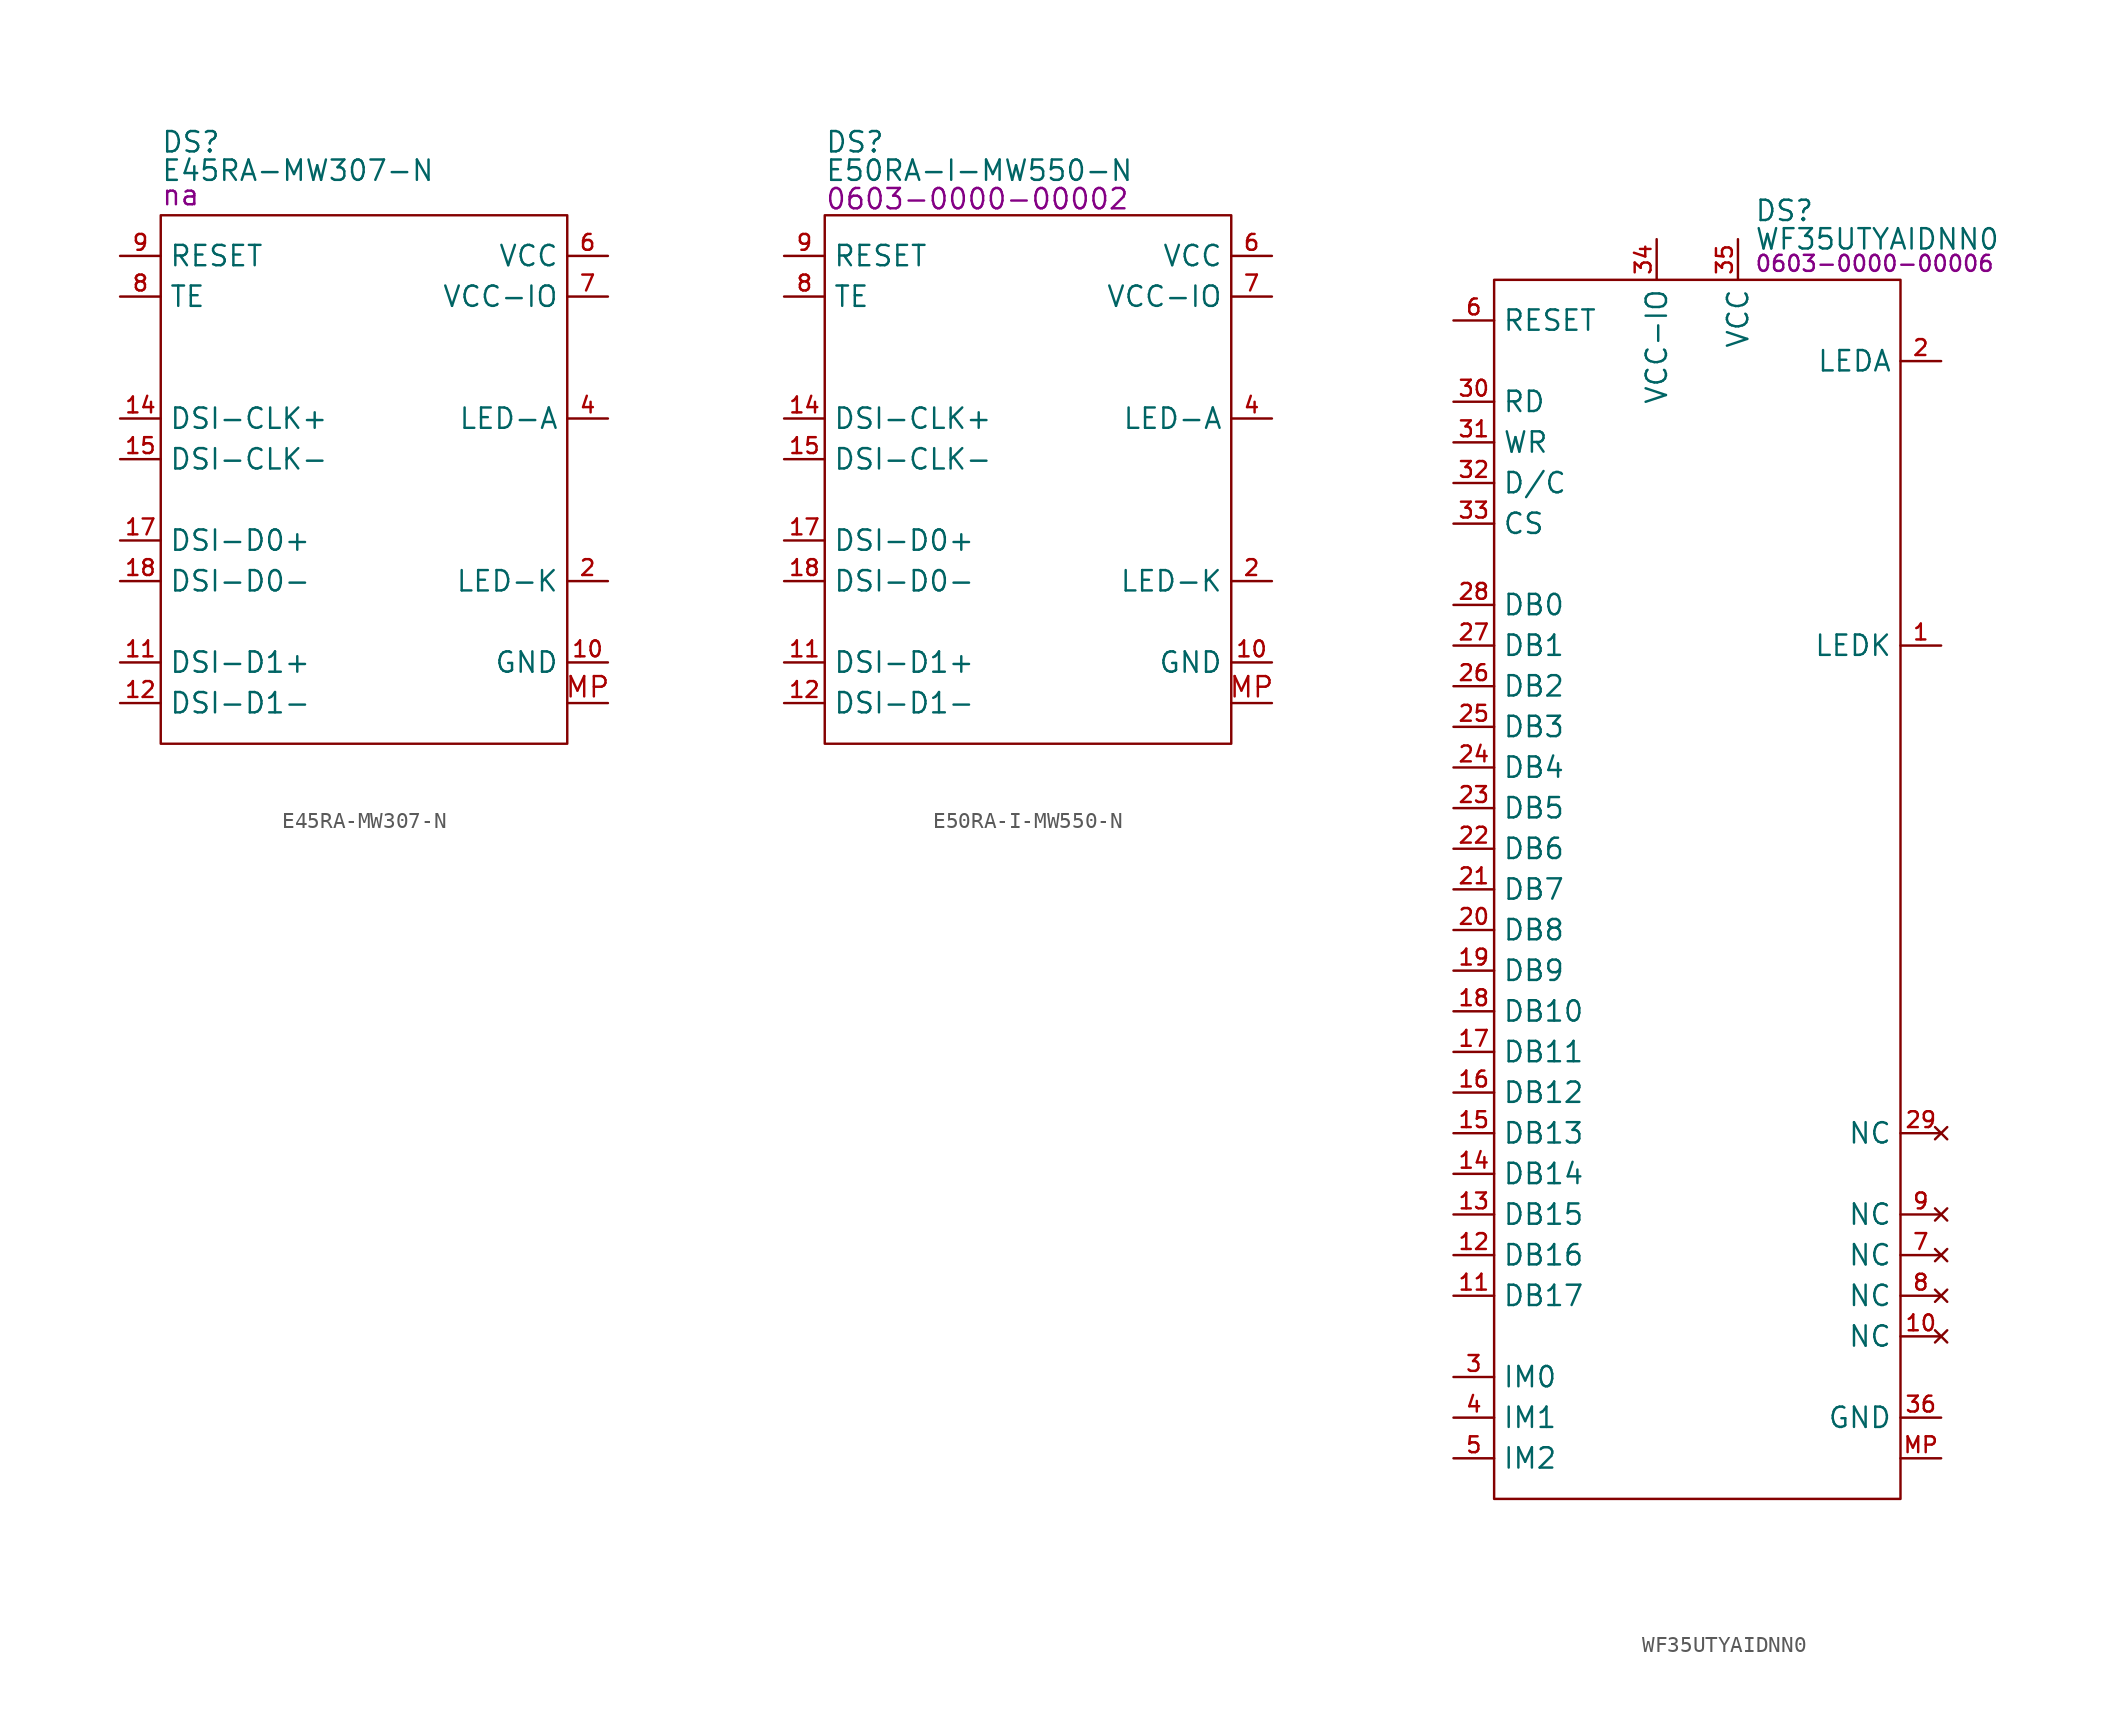
<source format=kicad_sym>
(kicad_symbol_lib
  (version 20231120)
  (generator "kicad_symbol_editor")
  (generator_version "8.0")
  (symbol "E45RA-MW307-N"
    (property "Reference" "DS"
      (at 0 4.572 0)
      (effects (font (size 1.27 1.27)) (justify left)))
    (property "Value" "E45RA-MW307-N"
      (at 0 2.794 0)
      (effects (font (size 1.27 1.27)) (justify left)))
    (property "PartNumber" "na"
      (at 0 1.27 0)
      (effects (font (size 1.27 1.27)) (justify left)))
    (symbol "E45RA-MW307-N_0_0"
      (rectangle (start 0 0) (end 25.4 -33.02) (stroke (width 0) (type default)) (fill (type none)))
      (pin no_connect line (at 12.7 -7.62 0) (length 2.54) hide (name "NC" (effects (font (size 1.27 1.27)))) (number "1" (effects (font (size 0.991 0.991)))))
      (pin power_in line (at 27.94 -27.94 180) (length 2.54) (name "GND" (effects (font (size 1.27 1.27)))) (number "10" (effects (font (size 0.991 0.991)))))
      (pin bidirectional line (at -2.54 -27.94 0) (length 2.54) (name "DSI-D1+" (effects (font (size 1.27 1.27)))) (number "11" (effects (font (size 0.991 0.991)))))
      (pin bidirectional line (at -2.54 -30.48 0) (length 2.54) (name "DSI-D1-" (effects (font (size 1.27 1.27)))) (number "12" (effects (font (size 0.991 0.991)))))
      (pin power_in line (at 27.94 -27.94 180) (length 2.54) hide (name "GND" (effects (font (size 1.27 1.27)))) (number "13" (effects (font (size 0.991 0.991)))))
      (pin input line (at -2.54 -12.7 0) (length 2.54) (name "DSI-CLK+" (effects (font (size 1.27 1.27)))) (number "14" (effects (font (size 0.991 0.991)))))
      (pin input line (at -2.54 -15.24 0) (length 2.54) (name "DSI-CLK-" (effects (font (size 1.27 1.27)))) (number "15" (effects (font (size 0.991 0.991)))))
      (pin power_in line (at 27.94 -27.94 180) (length 2.54) hide (name "GND" (effects (font (size 1.27 1.27)))) (number "16" (effects (font (size 0.991 0.991)))))
      (pin bidirectional line (at -2.54 -20.32 0) (length 2.54) (name "DSI-D0+" (effects (font (size 1.27 1.27)))) (number "17" (effects (font (size 0.991 0.991)))))
      (pin bidirectional line (at -2.54 -22.86 0) (length 2.54) (name "DSI-D0-" (effects (font (size 1.27 1.27)))) (number "18" (effects (font (size 0.991 0.991)))))
      (pin power_in line (at 27.94 -27.94 180) (length 2.54) hide (name "GND" (effects (font (size 1.27 1.27)))) (number "19" (effects (font (size 0.991 0.991)))))
      (pin passive line (at 27.94 -22.86 180) (length 2.54) (name "LED-K" (effects (font (size 1.27 1.27)))) (number "2" (effects (font (size 0.991 0.991)))))
      (pin power_in line (at 27.94 -27.94 180) (length 2.54) hide (name "GND" (effects (font (size 1.27 1.27)))) (number "20" (effects (font (size 0.991 0.991)))))
      (pin no_connect line (at 12.7 -7.62 0) (length 2.54) hide (name "NC" (effects (font (size 1.27 1.27)))) (number "3" (effects (font (size 0.991 0.991)))))
      (pin passive line (at 27.94 -12.7 180) (length 2.54) (name "LED-A" (effects (font (size 1.27 1.27)))) (number "4" (effects (font (size 0.991 0.991)))))
      (pin no_connect line (at 12.7 -7.62 0) (length 2.54) hide (name "NC" (effects (font (size 1.27 1.27)))) (number "5" (effects (font (size 0.991 0.991)))))
      (pin power_in line (at 27.94 -2.54 180) (length 2.54) (name "VCC" (effects (font (size 1.27 1.27)))) (number "6" (effects (font (size 0.991 0.991)))))
      (pin power_in line (at 27.94 -5.08 180) (length 2.54) (name "VCC-IO" (effects (font (size 1.27 1.27)))) (number "7" (effects (font (size 0.991 0.991)))))
      (pin output line (at -2.54 -5.08 0) (length 2.54) (name "TE" (effects (font (size 1.27 1.27)))) (number "8" (effects (font (size 0.991 0.991)))))
      (pin input line (at -2.54 -2.54 0) (length 2.54) (name "RESET" (effects (font (size 1.27 1.27)))) (number "9" (effects (font (size 0.991 0.991))))))
    (symbol "E45RA-MW307-N_1_1"
      (pin passive line (at 27.94 -30.48 180) (length 2.54) (name "~" (effects (font (size 1.27 1.27)))) (number "MP" (effects (font (size 1.27 1.27)))))))
  (symbol "E50RA-I-MW550-N"
    (property "Reference" "DS"
      (at 0 4.572 0)
      (effects (font (size 1.27 1.27)) (justify left)))
    (property "Value" "E50RA-I-MW550-N"
      (at 0 2.794 0)
      (effects (font (size 1.27 1.27)) (justify left)))
    (property "PartNumber" "0603-0000-00002"
      (at 0 1.016 0)
      (effects (font (size 1.27 1.27)) (justify left)))
    (symbol "E50RA-I-MW550-N_0_0"
      (rectangle (start 0 0) (end 25.4 -33.02) (stroke (width 0) (type default)) (fill (type none)))
      (pin no_connect line (at 12.7 -7.62 0) (length 2.54) hide (name "NC" (effects (font (size 1.27 1.27)))) (number "1" (effects (font (size 0.991 0.991)))))
      (pin power_in line (at 27.94 -27.94 180) (length 2.54) (name "GND" (effects (font (size 1.27 1.27)))) (number "10" (effects (font (size 0.991 0.991)))))
      (pin bidirectional line (at -2.54 -27.94 0) (length 2.54) (name "DSI-D1+" (effects (font (size 1.27 1.27)))) (number "11" (effects (font (size 0.991 0.991)))))
      (pin bidirectional line (at -2.54 -30.48 0) (length 2.54) (name "DSI-D1-" (effects (font (size 1.27 1.27)))) (number "12" (effects (font (size 0.991 0.991)))))
      (pin power_in line (at 27.94 -27.94 180) (length 2.54) hide (name "GND" (effects (font (size 1.27 1.27)))) (number "13" (effects (font (size 0.991 0.991)))))
      (pin input line (at -2.54 -12.7 0) (length 2.54) (name "DSI-CLK+" (effects (font (size 1.27 1.27)))) (number "14" (effects (font (size 0.991 0.991)))))
      (pin input line (at -2.54 -15.24 0) (length 2.54) (name "DSI-CLK-" (effects (font (size 1.27 1.27)))) (number "15" (effects (font (size 0.991 0.991)))))
      (pin power_in line (at 27.94 -27.94 180) (length 2.54) hide (name "GND" (effects (font (size 1.27 1.27)))) (number "16" (effects (font (size 0.991 0.991)))))
      (pin bidirectional line (at -2.54 -20.32 0) (length 2.54) (name "DSI-D0+" (effects (font (size 1.27 1.27)))) (number "17" (effects (font (size 0.991 0.991)))))
      (pin bidirectional line (at -2.54 -22.86 0) (length 2.54) (name "DSI-D0-" (effects (font (size 1.27 1.27)))) (number "18" (effects (font (size 0.991 0.991)))))
      (pin power_in line (at 27.94 -27.94 180) (length 2.54) hide (name "GND" (effects (font (size 1.27 1.27)))) (number "19" (effects (font (size 0.991 0.991)))))
      (pin passive line (at 27.94 -22.86 180) (length 2.54) (name "LED-K" (effects (font (size 1.27 1.27)))) (number "2" (effects (font (size 0.991 0.991)))))
      (pin power_in line (at 27.94 -27.94 180) (length 2.54) hide (name "GND" (effects (font (size 1.27 1.27)))) (number "20" (effects (font (size 0.991 0.991)))))
      (pin no_connect line (at 12.7 -7.62 0) (length 2.54) hide (name "NC" (effects (font (size 1.27 1.27)))) (number "3" (effects (font (size 0.991 0.991)))))
      (pin passive line (at 27.94 -12.7 180) (length 2.54) (name "LED-A" (effects (font (size 1.27 1.27)))) (number "4" (effects (font (size 0.991 0.991)))))
      (pin no_connect line (at 12.7 -7.62 0) (length 2.54) hide (name "NC" (effects (font (size 1.27 1.27)))) (number "5" (effects (font (size 0.991 0.991)))))
      (pin power_in line (at 27.94 -2.54 180) (length 2.54) (name "VCC" (effects (font (size 1.27 1.27)))) (number "6" (effects (font (size 0.991 0.991)))))
      (pin power_in line (at 27.94 -5.08 180) (length 2.54) (name "VCC-IO" (effects (font (size 1.27 1.27)))) (number "7" (effects (font (size 0.991 0.991)))))
      (pin output line (at -2.54 -5.08 0) (length 2.54) (name "TE" (effects (font (size 1.27 1.27)))) (number "8" (effects (font (size 0.991 0.991)))))
      (pin input line (at -2.54 -2.54 0) (length 2.54) (name "RESET" (effects (font (size 1.27 1.27)))) (number "9" (effects (font (size 0.991 0.991))))))
    (symbol "E50RA-I-MW550-N_1_1"
      (pin passive line (at 27.94 -30.48 180) (length 2.54) (name "~" (effects (font (size 1.27 1.27)))) (number "MP" (effects (font (size 1.27 1.27)))))))
  (symbol "WF35UTYAIDNN0"
    (property "Reference" "DS"
      (at 16.256 4.318 0)
      (effects (font (size 1.27 1.27)) (justify left)))
    (property "Value" "WF35UTYAIDNN0"
      (at 16.256 2.54 0)
      (effects (font (size 1.27 1.27)) (justify left)))
    (property "PartNumber" "0603-0000-00006"
      (at 16.256 1.016 0)
      (effects (font (size 1 1)) (justify left)))
    (symbol "WF35UTYAIDNN0_0_0"
      (pin passive line (at 27.94 -22.86 180) (length 2.54) (name "LEDK" (effects (font (size 1.27 1.27)))) (number "1" (effects (font (size 0.991 0.991)))))
      (pin input line (at -2.54 -63.5 0) (length 2.54) (name "DB17" (effects (font (size 1.27 1.27)))) (number "11" (effects (font (size 0.991 0.991)))))
      (pin input line (at -2.54 -60.96 0) (length 2.54) (name "DB16" (effects (font (size 1.27 1.27)))) (number "12" (effects (font (size 0.991 0.991)))))
      (pin input line (at -2.54 -58.42 0) (length 2.54) (name "DB15" (effects (font (size 1.27 1.27)))) (number "13" (effects (font (size 0.991 0.991)))))
      (pin input line (at -2.54 -55.88 0) (length 2.54) (name "DB14" (effects (font (size 1.27 1.27)))) (number "14" (effects (font (size 0.991 0.991)))))
      (pin input line (at -2.54 -53.34 0) (length 2.54) (name "DB13" (effects (font (size 1.27 1.27)))) (number "15" (effects (font (size 0.991 0.991)))))
      (pin input line (at -2.54 -50.8 0) (length 2.54) (name "DB12" (effects (font (size 1.27 1.27)))) (number "16" (effects (font (size 0.991 0.991)))))
      (pin input line (at -2.54 -48.26 0) (length 2.54) (name "DB11" (effects (font (size 1.27 1.27)))) (number "17" (effects (font (size 0.991 0.991)))))
      (pin input line (at -2.54 -45.72 0) (length 2.54) (name "DB10" (effects (font (size 1.27 1.27)))) (number "18" (effects (font (size 0.991 0.991)))))
      (pin input line (at -2.54 -43.18 0) (length 2.54) (name "DB9" (effects (font (size 1.27 1.27)))) (number "19" (effects (font (size 0.991 0.991)))))
      (pin passive line (at 27.94 -5.08 180) (length 2.54) (name "LEDA" (effects (font (size 1.27 1.27)))) (number "2" (effects (font (size 0.991 0.991)))))
      (pin input line (at -2.54 -40.64 0) (length 2.54) (name "DB8" (effects (font (size 1.27 1.27)))) (number "20" (effects (font (size 0.991 0.991)))))
      (pin input line (at -2.54 -38.1 0) (length 2.54) (name "DB7" (effects (font (size 1.27 1.27)))) (number "21" (effects (font (size 0.991 0.991)))))
      (pin input line (at -2.54 -35.56 0) (length 2.54) (name "DB6" (effects (font (size 1.27 1.27)))) (number "22" (effects (font (size 0.991 0.991)))))
      (pin input line (at -2.54 -33.02 0) (length 2.54) (name "DB5" (effects (font (size 1.27 1.27)))) (number "23" (effects (font (size 0.991 0.991)))))
      (pin input line (at -2.54 -30.48 0) (length 2.54) (name "DB4" (effects (font (size 1.27 1.27)))) (number "24" (effects (font (size 0.991 0.991)))))
      (pin input line (at -2.54 -27.94 0) (length 2.54) (name "DB3" (effects (font (size 1.27 1.27)))) (number "25" (effects (font (size 0.991 0.991)))))
      (pin input line (at -2.54 -25.4 0) (length 2.54) (name "DB2" (effects (font (size 1.27 1.27)))) (number "26" (effects (font (size 0.991 0.991)))))
      (pin input line (at -2.54 -22.86 0) (length 2.54) (name "DB1" (effects (font (size 1.27 1.27)))) (number "27" (effects (font (size 0.991 0.991)))))
      (pin input line (at -2.54 -20.32 0) (length 2.54) (name "DB0" (effects (font (size 1.27 1.27)))) (number "28" (effects (font (size 0.991 0.991)))))
      (pin input line (at -2.54 -68.58 0) (length 2.54) (name "IM0" (effects (font (size 1.27 1.27)))) (number "3" (effects (font (size 0.991 0.991)))))
      (pin input line (at -2.54 -7.62 0) (length 2.54) (name "RD" (effects (font (size 1.27 1.27)))) (number "30" (effects (font (size 0.991 0.991)))))
      (pin input line (at -2.54 -12.7 0) (length 2.54) (name "D/C" (effects (font (size 1.27 1.27)))) (number "32" (effects (font (size 0.991 0.991)))))
      (pin input line (at -2.54 -15.24 0) (length 2.54) (name "CS" (effects (font (size 1.27 1.27)))) (number "33" (effects (font (size 0.991 0.991)))))
      (pin power_in line (at 10.16 2.54 270) (length 2.54) (name "VCC-IO" (effects (font (size 1.27 1.27)))) (number "34" (effects (font (size 0.991 0.991)))))
      (pin power_in line (at 15.24 2.54 270) (length 2.54) (name "VCC" (effects (font (size 1.27 1.27)))) (number "35" (effects (font (size 0.991 0.991)))))
      (pin power_in line (at 27.94 -71.12 180) (length 2.54) (name "GND" (effects (font (size 1.27 1.27)))) (number "36" (effects (font (size 0.991 0.991)))))
      (pin no_connect line (at 15.24 -55.88 180) (length 2.54) hide (name "NC" (effects (font (size 1.27 1.27)))) (number "37" (effects (font (size 0.991 0.991)))))
      (pin no_connect line (at 15.24 -58.42 180) (length 2.54) hide (name "NC" (effects (font (size 1.27 1.27)))) (number "38" (effects (font (size 0.991 0.991)))))
      (pin no_connect line (at 15.24 -60.96 180) (length 2.54) hide (name "NC" (effects (font (size 1.27 1.27)))) (number "39" (effects (font (size 0.991 0.991)))))
      (pin input line (at -2.54 -71.12 0) (length 2.54) (name "IM1" (effects (font (size 1.27 1.27)))) (number "4" (effects (font (size 0.991 0.991)))))
      (pin no_connect line (at 15.24 -63.5 180) (length 2.54) hide (name "NC" (effects (font (size 1.27 1.27)))) (number "40" (effects (font (size 0.991 0.991)))))
      (pin input line (at -2.54 -73.66 0) (length 2.54) (name "IM2" (effects (font (size 1.27 1.27)))) (number "5" (effects (font (size 0.991 0.991)))))
      (pin input line (at -2.54 -2.54 0) (length 2.54) (name "RESET" (effects (font (size 1.27 1.27)))) (number "6" (effects (font (size 0.991 0.991)))))
      (pin passive line (at 27.94 -73.66 180) (length 2.54) (name "~" (effects (font (size 1.27 1.27)))) (number "MP" (effects (font (size 0.991 0.991))))))
    (symbol "WF35UTYAIDNN0_0_1"
      (rectangle (start 0 0) (end 25.4 -76.2) (stroke (width 0) (type default)) (fill (type none))))
    (symbol "WF35UTYAIDNN0_1_0"
      (pin no_connect line (at 27.94 -66.04 180) (length 2.54) (name "NC" (effects (font (size 1.27 1.27)))) (number "10" (effects (font (size 0.991 0.991)))) (alternate "DE" input line))
      (pin no_connect line (at 27.94 -53.34 180) (length 2.54) (name "NC" (effects (font (size 1.27 1.27)))) (number "29" (effects (font (size 0.991 0.991)))) (alternate "SDA" bidirectional line))
      (pin input line (at -2.54 -10.16 0) (length 2.54) (name "WR" (effects (font (size 1.27 1.27)))) (number "31" (effects (font (size 0.991 0.991)))) (alternate "SCL" input line))
      (pin no_connect line (at 27.94 -60.96 180) (length 2.54) (name "NC" (effects (font (size 1.27 1.27)))) (number "7" (effects (font (size 0.991 0.991)))) (alternate "VSYNC" input line))
      (pin no_connect line (at 27.94 -63.5 180) (length 2.54) (name "NC" (effects (font (size 1.27 1.27)))) (number "8" (effects (font (size 0.991 0.991)))) (alternate "HSYNC" input line))
      (pin no_connect line (at 27.94 -58.42 180) (length 2.54) (name "NC" (effects (font (size 1.27 1.27)))) (number "9" (effects (font (size 0.991 0.991)))) (alternate "DOT-CLK" input line)))))
</source>
